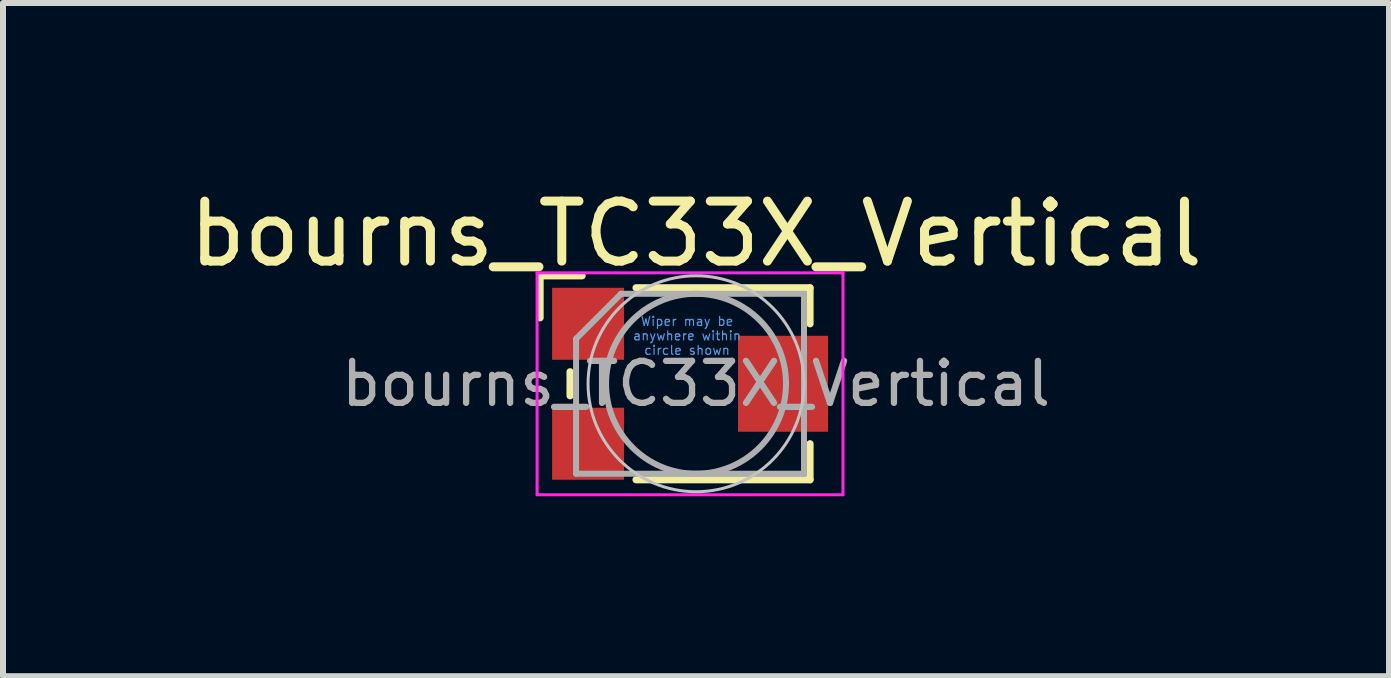
<source format=kicad_pcb>
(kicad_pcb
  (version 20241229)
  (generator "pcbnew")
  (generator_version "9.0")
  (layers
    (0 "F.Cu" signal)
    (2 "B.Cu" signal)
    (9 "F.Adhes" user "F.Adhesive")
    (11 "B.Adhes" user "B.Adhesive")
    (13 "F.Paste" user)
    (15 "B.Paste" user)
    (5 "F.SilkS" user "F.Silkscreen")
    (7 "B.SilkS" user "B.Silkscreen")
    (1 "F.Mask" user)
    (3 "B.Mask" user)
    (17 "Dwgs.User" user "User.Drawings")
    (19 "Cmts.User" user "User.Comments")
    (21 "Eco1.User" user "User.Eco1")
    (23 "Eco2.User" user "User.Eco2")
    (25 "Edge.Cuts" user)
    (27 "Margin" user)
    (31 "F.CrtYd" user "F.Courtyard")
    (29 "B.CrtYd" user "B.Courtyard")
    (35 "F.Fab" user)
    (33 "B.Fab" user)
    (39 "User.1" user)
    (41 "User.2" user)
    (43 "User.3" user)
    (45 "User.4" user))
  (footprint "bourns_TC33X_Vertical"
    (layer "F.Cu")
    (at 8.554 3.348)
    (property "Reference" "bourns_TC33X_Vertical" (at 0 -2.5 0) (layer "F.SilkS") (effects (font (size 1 1) (thickness 0.15))))
    (attr smd)
    (fp_line (start -2.6 -1.8) (end -2.6 -1.1) (stroke (width 0.12) (type solid)) (layer "F.SilkS"))
    (fp_line (start -2.1 -0.2) (end -2.1 0.2) (stroke (width 0.12) (type solid)) (layer "F.SilkS"))
    (fp_line (start -1.9 -1.8) (end -2.6 -1.8) (stroke (width 0.12) (type solid)) (layer "F.SilkS"))
    (fp_line (start -1 -1.6) (end 1.9 -1.6) (stroke (width 0.12) (type solid)) (layer "F.SilkS"))
    (fp_line (start -1 1.6) (end 1.9 1.6) (stroke (width 0.12) (type solid)) (layer "F.SilkS"))
    (fp_line (start 1.9 -1.6) (end 1.9 -1) (stroke (width 0.12) (type solid)) (layer "F.SilkS"))
    (fp_line (start 1.9 1.6) (end 1.9 1) (stroke (width 0.12) (type solid)) (layer "F.SilkS"))
    (fp_circle (center 0 0) (end 1.8 0) (stroke (width 0.05) (type solid)) (fill no) (layer "Dwgs.User"))
    (fp_line (start -2.65 -1.85) (end 2.45 -1.85) (stroke (width 0.05) (type solid)) (layer "F.CrtYd"))
    (fp_line (start -2.65 1.85) (end -2.65 -1.85) (stroke (width 0.05) (type solid)) (layer "F.CrtYd"))
    (fp_line (start 2.45 -1.85) (end 2.45 1.85) (stroke (width 0.05) (type solid)) (layer "F.CrtYd"))
    (fp_line (start 2.45 1.85) (end -2.65 1.85) (stroke (width 0.05) (type solid)) (layer "F.CrtYd"))
    (fp_line (start -2 -0.75) (end -2 1.5) (stroke (width 0.1) (type solid)) (layer "F.Fab"))
    (fp_line (start -2 1.5) (end 1.8 1.5) (stroke (width 0.1) (type solid)) (layer "F.Fab"))
    (fp_line (start -1.25 -1.5) (end -2 -0.75) (stroke (width 0.1) (type solid)) (layer "F.Fab"))
    (fp_line (start 1.8 -1.5) (end -1.25 -1.5) (stroke (width 0.1) (type solid)) (layer "F.Fab"))
    (fp_line (start 1.8 1.5) (end 1.8 -1.5) (stroke (width 0.1) (type solid)) (layer "F.Fab"))
    (fp_circle (center 0 0) (end 1.5 0) (stroke (width 0.1) (type solid)) (fill no) (layer "F.Fab"))
    (fp_text user "Wiper may be\nanywhere within\ncircle shown" (at -0.15 -0.8 0) (layer "Cmts.User") (effects (font (size 0.15 0.15) (thickness 0.02))))
    (fp_text user "${REFERENCE}" (at 0 0 0) (layer "F.Fab") (effects (font (size 0.7 0.7) (thickness 0.105))))
    (pad "1" smd rect (at -1.8 -1) (size 1.2 1.2) (layers "F.Cu" "F.Mask" "F.Paste"))
    (pad "2" smd rect (at 1.45 0) (size 1.5 1.6) (layers "F.Cu" "F.Mask" "F.Paste"))
    (pad "3" smd rect (at -1.8 1) (size 1.2 1.2) (layers "F.Cu" "F.Mask" "F.Paste")))
  (gr_rect
    (start -3 -3)
    (end 20.107 8.223)
    (stroke (width 0.1) (type default))
    (fill no)
    (layer "Edge.Cuts")))
</source>
